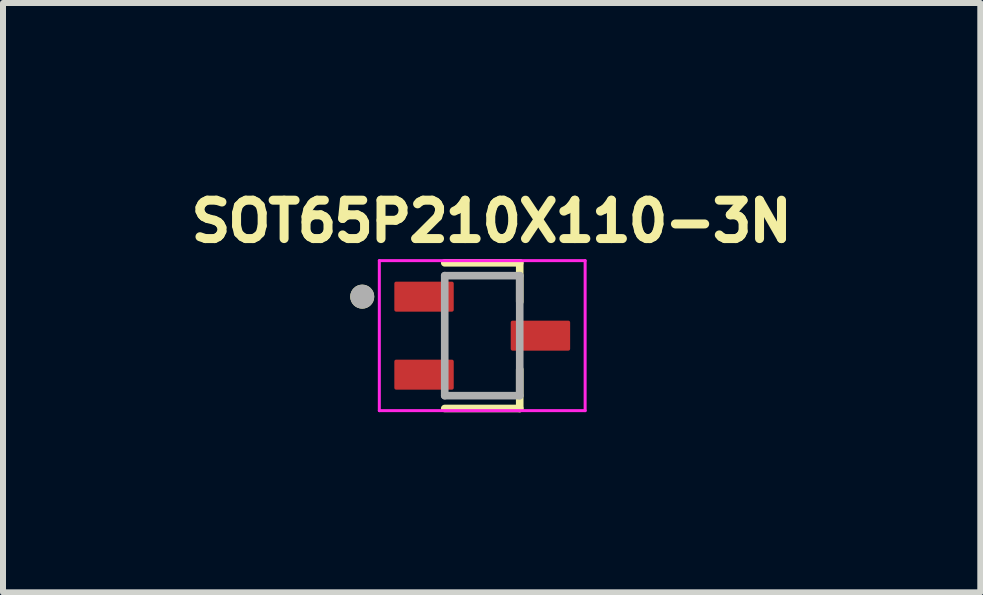
<source format=kicad_pcb>
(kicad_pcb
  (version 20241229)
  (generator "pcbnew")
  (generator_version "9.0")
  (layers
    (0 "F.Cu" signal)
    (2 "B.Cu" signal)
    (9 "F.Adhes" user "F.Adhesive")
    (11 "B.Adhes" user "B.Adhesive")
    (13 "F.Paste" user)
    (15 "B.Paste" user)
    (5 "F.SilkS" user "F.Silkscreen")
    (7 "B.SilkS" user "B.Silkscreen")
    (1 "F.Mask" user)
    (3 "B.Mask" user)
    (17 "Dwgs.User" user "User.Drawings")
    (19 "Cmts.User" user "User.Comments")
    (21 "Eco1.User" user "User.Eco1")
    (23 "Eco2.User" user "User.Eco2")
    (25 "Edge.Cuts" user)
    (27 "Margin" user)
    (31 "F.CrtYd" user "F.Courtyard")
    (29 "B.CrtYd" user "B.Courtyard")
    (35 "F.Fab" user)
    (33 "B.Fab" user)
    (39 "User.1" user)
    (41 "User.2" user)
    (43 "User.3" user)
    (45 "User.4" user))
  (footprint "SOT65P210X110-3N"
    (layer "F.Cu")
    (at 4.987 2.544)
    (property "Reference" "SOT65P210X110-3N" (at 0.157 -1.906 0) (layer "F.SilkS") (effects (font (size 0.64 0.64) (thickness 0.15))))
    (attr through_hole)
    (fp_line (start 0.625 -1.214) (end -0.625 -1.214) (stroke (width 0.127) (type solid)) (layer "F.SilkS"))
    (fp_line (start 0.625 -1.214) (end 0.625 -0.564) (stroke (width 0.127) (type solid)) (layer "F.SilkS"))
    (fp_line (start 0.625 1.214) (end -0.625 1.214) (stroke (width 0.127) (type solid)) (layer "F.SilkS"))
    (fp_line (start 0.625 1.214) (end 0.625 0.564) (stroke (width 0.127) (type solid)) (layer "F.SilkS"))
    (fp_circle (center -2 -0.65) (end -1.9 -0.65) (stroke (width 0.2) (type solid)) (fill no) (layer "F.SilkS"))
    (fp_line (start -1.715 -1.25) (end 1.715 -1.25) (stroke (width 0.05) (type solid)) (layer "F.CrtYd"))
    (fp_line (start -1.715 1.25) (end -1.715 -1.25) (stroke (width 0.05) (type solid)) (layer "F.CrtYd"))
    (fp_line (start 1.715 -1.25) (end 1.715 1.25) (stroke (width 0.05) (type solid)) (layer "F.CrtYd"))
    (fp_line (start 1.715 1.25) (end -1.715 1.25) (stroke (width 0.05) (type solid)) (layer "F.CrtYd"))
    (fp_line (start -0.625 -1) (end 0.625 -1) (stroke (width 0.127) (type solid)) (layer "F.Fab"))
    (fp_line (start -0.625 1) (end -0.625 -1) (stroke (width 0.127) (type solid)) (layer "F.Fab"))
    (fp_line (start 0.625 -1) (end 0.625 1) (stroke (width 0.127) (type solid)) (layer "F.Fab"))
    (fp_line (start 0.625 1) (end -0.625 1) (stroke (width 0.127) (type solid)) (layer "F.Fab"))
    (fp_circle (center -2 -0.65) (end -1.9 -0.65) (stroke (width 0.2) (type solid)) (fill no) (layer "F.Fab"))
    (pad "1" smd roundrect (at -0.97 -0.65) (size 0.99 0.5) (layers "F.Cu" "F.Mask" "F.Paste") (roundrect_rratio 0.06))
    (pad "2" smd roundrect (at -0.97 0.65) (size 0.99 0.5) (layers "F.Cu" "F.Mask" "F.Paste") (roundrect_rratio 0.06))
    (pad "3" smd roundrect (at 0.97 0) (size 0.99 0.5) (layers "F.Cu" "F.Mask" "F.Paste") (roundrect_rratio 0.06)))
  (gr_rect
    (start -3 -3)
    (end 13.288 6.822)
    (stroke (width 0.1) (type default))
    (fill no)
    (layer "Edge.Cuts")))
</source>
